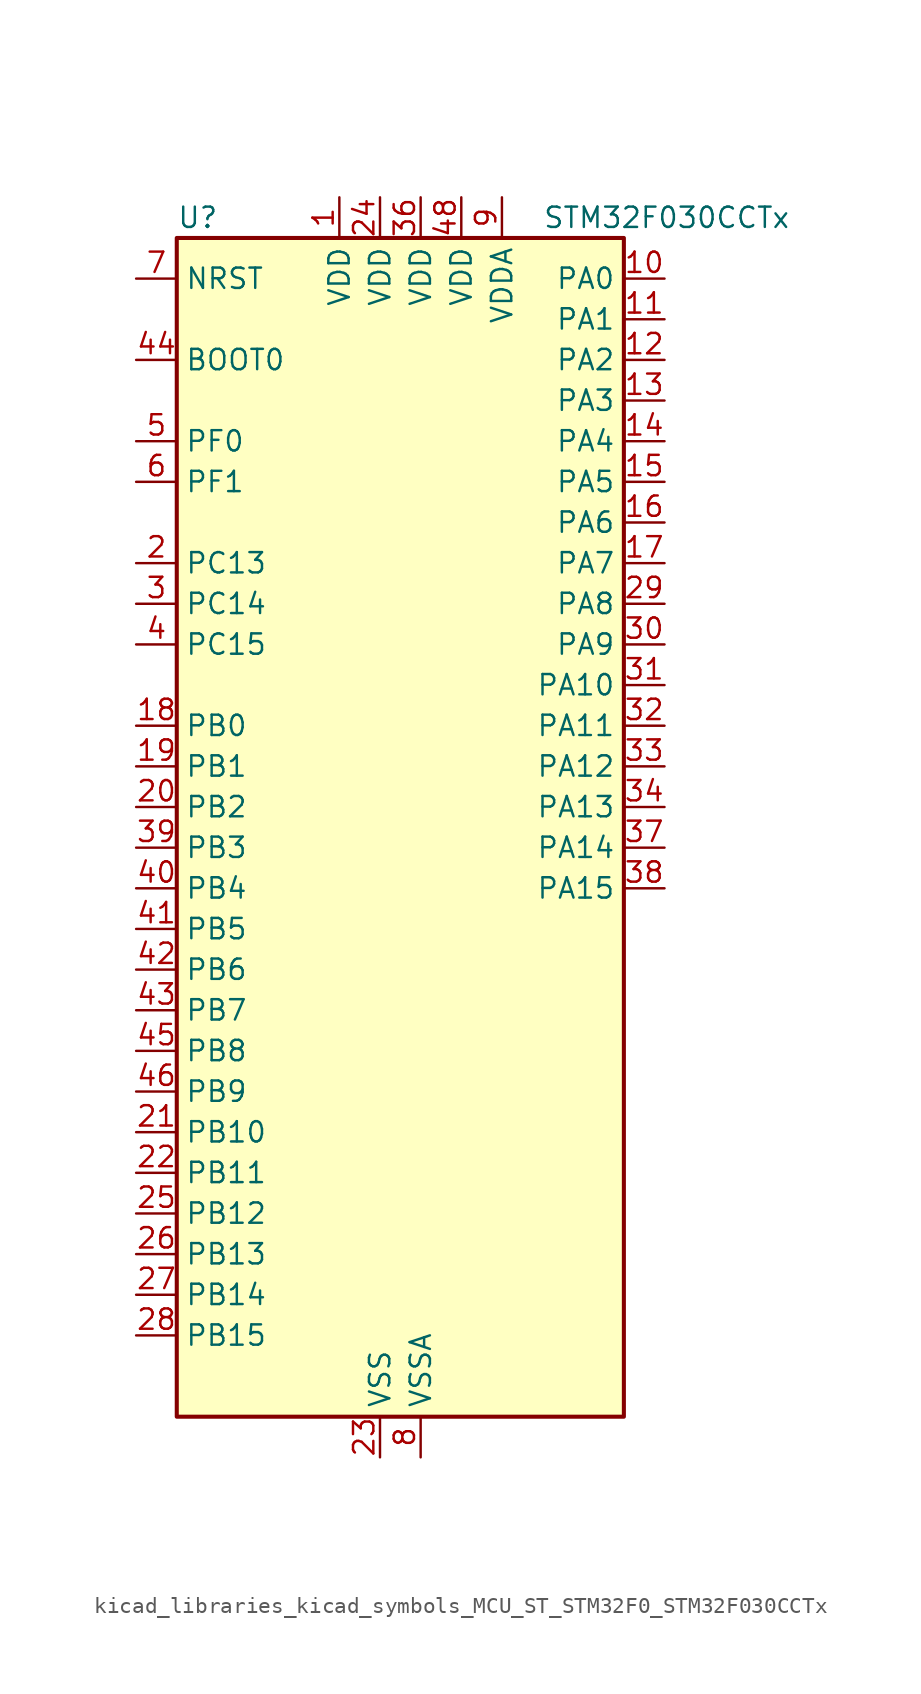
<source format=kicad_sym>
(kicad_symbol_lib
  (version 20220914)
  (generator kicad_symbol_editor)
  (symbol "kicad_libraries_kicad_symbols_MCU_ST_STM32F0_STM32F030CCTx"
    (property "Reference" "U"
      (at -12.7 39.37 0)
      (effects (font (size 1.27 1.27)) (justify left)))
    (property "Value" "STM32F030CCTx"
      (at 10.16 39.37 0)
      (effects (font (size 1.27 1.27)) (justify left)))
    (property "ki_locked" ""
      (at 0 0 0)
      (effects (font (size 1.27 1.27))))
    (symbol "kicad_libraries_kicad_symbols_MCU_ST_STM32F0_STM32F030CCTx_0_1"
      (rectangle (start -12.7 -35.56) (end 15.24 38.1) (stroke (width 0.254) (type default)) (fill (type background))))
    (symbol "kicad_libraries_kicad_symbols_MCU_ST_STM32F0_STM32F030CCTx_1_1"
      (pin power_in line (at -2.54 40.64 270) (length 2.54) (name "VDD" (effects (font (size 1.27 1.27)))) (number "1" (effects (font (size 1.27 1.27)))))
      (pin bidirectional line (at 17.78 35.56 180) (length 2.54) (name "PA0" (effects (font (size 1.27 1.27)))) (number "10" (effects (font (size 1.27 1.27)))) (alternate "ADC_IN0" bidirectional line) (alternate "RTC_TAMP2" bidirectional line) (alternate "SYS_WKUP1" bidirectional line) (alternate "USART2_CTS" bidirectional line) (alternate "USART4_TX" bidirectional line))
      (pin bidirectional line (at 17.78 33.02 180) (length 2.54) (name "PA1" (effects (font (size 1.27 1.27)))) (number "11" (effects (font (size 1.27 1.27)))) (alternate "ADC_IN1" bidirectional line) (alternate "TIM15_CH1N" bidirectional line) (alternate "USART2_DE" bidirectional line) (alternate "USART2_RTS" bidirectional line) (alternate "USART4_RX" bidirectional line))
      (pin bidirectional line (at 17.78 30.48 180) (length 2.54) (name "PA2" (effects (font (size 1.27 1.27)))) (number "12" (effects (font (size 1.27 1.27)))) (alternate "ADC_IN2" bidirectional line) (alternate "TIM15_CH1" bidirectional line) (alternate "USART2_TX" bidirectional line))
      (pin bidirectional line (at 17.78 27.94 180) (length 2.54) (name "PA3" (effects (font (size 1.27 1.27)))) (number "13" (effects (font (size 1.27 1.27)))) (alternate "ADC_IN3" bidirectional line) (alternate "TIM15_CH2" bidirectional line) (alternate "USART2_RX" bidirectional line))
      (pin bidirectional line (at 17.78 25.4 180) (length 2.54) (name "PA4" (effects (font (size 1.27 1.27)))) (number "14" (effects (font (size 1.27 1.27)))) (alternate "ADC_IN4" bidirectional line) (alternate "SPI1_NSS" bidirectional line) (alternate "TIM14_CH1" bidirectional line) (alternate "USART2_CK" bidirectional line) (alternate "USART6_TX" bidirectional line))
      (pin bidirectional line (at 17.78 22.86 180) (length 2.54) (name "PA5" (effects (font (size 1.27 1.27)))) (number "15" (effects (font (size 1.27 1.27)))) (alternate "ADC_IN5" bidirectional line) (alternate "SPI1_SCK" bidirectional line) (alternate "USART6_RX" bidirectional line))
      (pin bidirectional line (at 17.78 20.32 180) (length 2.54) (name "PA6" (effects (font (size 1.27 1.27)))) (number "16" (effects (font (size 1.27 1.27)))) (alternate "ADC_IN6" bidirectional line) (alternate "SPI1_MISO" bidirectional line) (alternate "TIM16_CH1" bidirectional line) (alternate "TIM1_BKIN" bidirectional line) (alternate "TIM3_CH1" bidirectional line) (alternate "USART3_CTS" bidirectional line))
      (pin bidirectional line (at 17.78 17.78 180) (length 2.54) (name "PA7" (effects (font (size 1.27 1.27)))) (number "17" (effects (font (size 1.27 1.27)))) (alternate "ADC_IN7" bidirectional line) (alternate "SPI1_MOSI" bidirectional line) (alternate "TIM14_CH1" bidirectional line) (alternate "TIM17_CH1" bidirectional line) (alternate "TIM1_CH1N" bidirectional line) (alternate "TIM3_CH2" bidirectional line))
      (pin bidirectional line (at -15.24 7.62 0) (length 2.54) (name "PB0" (effects (font (size 1.27 1.27)))) (number "18" (effects (font (size 1.27 1.27)))) (alternate "ADC_IN8" bidirectional line) (alternate "TIM1_CH2N" bidirectional line) (alternate "TIM3_CH3" bidirectional line) (alternate "USART3_CK" bidirectional line))
      (pin bidirectional line (at -15.24 5.08 0) (length 2.54) (name "PB1" (effects (font (size 1.27 1.27)))) (number "19" (effects (font (size 1.27 1.27)))) (alternate "ADC_IN9" bidirectional line) (alternate "TIM14_CH1" bidirectional line) (alternate "TIM1_CH3N" bidirectional line) (alternate "TIM3_CH4" bidirectional line) (alternate "USART3_DE" bidirectional line) (alternate "USART3_RTS" bidirectional line))
      (pin bidirectional line (at -15.24 17.78 0) (length 2.54) (name "PC13" (effects (font (size 1.27 1.27)))) (number "2" (effects (font (size 1.27 1.27)))) (alternate "RTC_OUT_ALARM" bidirectional line) (alternate "RTC_OUT_CALIB" bidirectional line) (alternate "RTC_TAMP1" bidirectional line) (alternate "RTC_TS" bidirectional line) (alternate "SYS_WKUP2" bidirectional line))
      (pin bidirectional line (at -15.24 2.54 0) (length 2.54) (name "PB2" (effects (font (size 1.27 1.27)))) (number "20" (effects (font (size 1.27 1.27)))))
      (pin bidirectional line (at -15.24 -17.78 0) (length 2.54) (name "PB10" (effects (font (size 1.27 1.27)))) (number "21" (effects (font (size 1.27 1.27)))) (alternate "I2C2_SCL" bidirectional line) (alternate "SPI2_SCK" bidirectional line) (alternate "USART3_TX" bidirectional line))
      (pin bidirectional line (at -15.24 -20.32 0) (length 2.54) (name "PB11" (effects (font (size 1.27 1.27)))) (number "22" (effects (font (size 1.27 1.27)))) (alternate "I2C2_SDA" bidirectional line) (alternate "USART3_RX" bidirectional line))
      (pin power_in line (at 0 -38.1 90) (length 2.54) (name "VSS" (effects (font (size 1.27 1.27)))) (number "23" (effects (font (size 1.27 1.27)))))
      (pin power_in line (at 0 40.64 270) (length 2.54) (name "VDD" (effects (font (size 1.27 1.27)))) (number "24" (effects (font (size 1.27 1.27)))))
      (pin bidirectional line (at -15.24 -22.86 0) (length 2.54) (name "PB12" (effects (font (size 1.27 1.27)))) (number "25" (effects (font (size 1.27 1.27)))) (alternate "SPI2_NSS" bidirectional line) (alternate "TIM15_BKIN" bidirectional line) (alternate "TIM1_BKIN" bidirectional line) (alternate "USART3_CK" bidirectional line))
      (pin bidirectional line (at -15.24 -25.4 0) (length 2.54) (name "PB13" (effects (font (size 1.27 1.27)))) (number "26" (effects (font (size 1.27 1.27)))) (alternate "I2C2_SCL" bidirectional line) (alternate "SPI2_SCK" bidirectional line) (alternate "TIM1_CH1N" bidirectional line) (alternate "USART3_CTS" bidirectional line))
      (pin bidirectional line (at -15.24 -27.94 0) (length 2.54) (name "PB14" (effects (font (size 1.27 1.27)))) (number "27" (effects (font (size 1.27 1.27)))) (alternate "I2C2_SDA" bidirectional line) (alternate "SPI2_MISO" bidirectional line) (alternate "TIM15_CH1" bidirectional line) (alternate "TIM1_CH2N" bidirectional line) (alternate "USART3_DE" bidirectional line) (alternate "USART3_RTS" bidirectional line))
      (pin bidirectional line (at -15.24 -30.48 0) (length 2.54) (name "PB15" (effects (font (size 1.27 1.27)))) (number "28" (effects (font (size 1.27 1.27)))) (alternate "RTC_REFIN" bidirectional line) (alternate "SPI2_MOSI" bidirectional line) (alternate "TIM15_CH1N" bidirectional line) (alternate "TIM15_CH2" bidirectional line) (alternate "TIM1_CH3N" bidirectional line))
      (pin bidirectional line (at 17.78 15.24 180) (length 2.54) (name "PA8" (effects (font (size 1.27 1.27)))) (number "29" (effects (font (size 1.27 1.27)))) (alternate "RCC_MCO" bidirectional line) (alternate "TIM1_CH1" bidirectional line) (alternate "USART1_CK" bidirectional line))
      (pin bidirectional line (at -15.24 15.24 0) (length 2.54) (name "PC14" (effects (font (size 1.27 1.27)))) (number "3" (effects (font (size 1.27 1.27)))) (alternate "RCC_OSC32_IN" bidirectional line))
      (pin bidirectional line (at 17.78 12.7 180) (length 2.54) (name "PA9" (effects (font (size 1.27 1.27)))) (number "30" (effects (font (size 1.27 1.27)))) (alternate "I2C1_SCL" bidirectional line) (alternate "RCC_MCO" bidirectional line) (alternate "TIM15_BKIN" bidirectional line) (alternate "TIM1_CH2" bidirectional line) (alternate "USART1_TX" bidirectional line))
      (pin bidirectional line (at 17.78 10.16 180) (length 2.54) (name "PA10" (effects (font (size 1.27 1.27)))) (number "31" (effects (font (size 1.27 1.27)))) (alternate "I2C1_SDA" bidirectional line) (alternate "TIM17_BKIN" bidirectional line) (alternate "TIM1_CH3" bidirectional line) (alternate "USART1_RX" bidirectional line))
      (pin bidirectional line (at 17.78 7.62 180) (length 2.54) (name "PA11" (effects (font (size 1.27 1.27)))) (number "32" (effects (font (size 1.27 1.27)))) (alternate "I2C2_SCL" bidirectional line) (alternate "TIM1_CH4" bidirectional line) (alternate "USART1_CTS" bidirectional line))
      (pin bidirectional line (at 17.78 5.08 180) (length 2.54) (name "PA12" (effects (font (size 1.27 1.27)))) (number "33" (effects (font (size 1.27 1.27)))) (alternate "I2C2_SDA" bidirectional line) (alternate "TIM1_ETR" bidirectional line) (alternate "USART1_DE" bidirectional line) (alternate "USART1_RTS" bidirectional line))
      (pin bidirectional line (at 17.78 2.54 180) (length 2.54) (name "PA13" (effects (font (size 1.27 1.27)))) (number "34" (effects (font (size 1.27 1.27)))) (alternate "IR_OUT" bidirectional line) (alternate "SYS_SWDIO" bidirectional line))
      (pin passive line (at 0 -38.1 90) (length 2.54) hide (name "VSS" (effects (font (size 1.27 1.27)))) (number "35" (effects (font (size 1.27 1.27)))))
      (pin power_in line (at 2.54 40.64 270) (length 2.54) (name "VDD" (effects (font (size 1.27 1.27)))) (number "36" (effects (font (size 1.27 1.27)))))
      (pin bidirectional line (at 17.78 0 180) (length 2.54) (name "PA14" (effects (font (size 1.27 1.27)))) (number "37" (effects (font (size 1.27 1.27)))) (alternate "SYS_SWCLK" bidirectional line) (alternate "USART2_TX" bidirectional line))
      (pin bidirectional line (at 17.78 -2.54 180) (length 2.54) (name "PA15" (effects (font (size 1.27 1.27)))) (number "38" (effects (font (size 1.27 1.27)))) (alternate "SPI1_NSS" bidirectional line) (alternate "USART2_RX" bidirectional line) (alternate "USART4_DE" bidirectional line) (alternate "USART4_RTS" bidirectional line))
      (pin bidirectional line (at -15.24 0 0) (length 2.54) (name "PB3" (effects (font (size 1.27 1.27)))) (number "39" (effects (font (size 1.27 1.27)))) (alternate "SPI1_SCK" bidirectional line) (alternate "USART5_TX" bidirectional line))
      (pin bidirectional line (at -15.24 12.7 0) (length 2.54) (name "PC15" (effects (font (size 1.27 1.27)))) (number "4" (effects (font (size 1.27 1.27)))) (alternate "RCC_OSC32_OUT" bidirectional line))
      (pin bidirectional line (at -15.24 -2.54 0) (length 2.54) (name "PB4" (effects (font (size 1.27 1.27)))) (number "40" (effects (font (size 1.27 1.27)))) (alternate "SPI1_MISO" bidirectional line) (alternate "TIM17_BKIN" bidirectional line) (alternate "TIM3_CH1" bidirectional line) (alternate "USART5_RX" bidirectional line))
      (pin bidirectional line (at -15.24 -5.08 0) (length 2.54) (name "PB5" (effects (font (size 1.27 1.27)))) (number "41" (effects (font (size 1.27 1.27)))) (alternate "I2C1_SMBA" bidirectional line) (alternate "SPI1_MOSI" bidirectional line) (alternate "TIM16_BKIN" bidirectional line) (alternate "TIM3_CH2" bidirectional line) (alternate "USART5_CK" bidirectional line) (alternate "USART5_DE" bidirectional line) (alternate "USART5_RTS" bidirectional line))
      (pin bidirectional line (at -15.24 -7.62 0) (length 2.54) (name "PB6" (effects (font (size 1.27 1.27)))) (number "42" (effects (font (size 1.27 1.27)))) (alternate "I2C1_SCL" bidirectional line) (alternate "TIM16_CH1N" bidirectional line) (alternate "USART1_TX" bidirectional line))
      (pin bidirectional line (at -15.24 -10.16 0) (length 2.54) (name "PB7" (effects (font (size 1.27 1.27)))) (number "43" (effects (font (size 1.27 1.27)))) (alternate "I2C1_SDA" bidirectional line) (alternate "TIM17_CH1N" bidirectional line) (alternate "USART1_RX" bidirectional line) (alternate "USART4_CTS" bidirectional line))
      (pin input line (at -15.24 30.48 0) (length 2.54) (name "BOOT0" (effects (font (size 1.27 1.27)))) (number "44" (effects (font (size 1.27 1.27)))))
      (pin bidirectional line (at -15.24 -12.7 0) (length 2.54) (name "PB8" (effects (font (size 1.27 1.27)))) (number "45" (effects (font (size 1.27 1.27)))) (alternate "I2C1_SCL" bidirectional line) (alternate "TIM16_CH1" bidirectional line))
      (pin bidirectional line (at -15.24 -15.24 0) (length 2.54) (name "PB9" (effects (font (size 1.27 1.27)))) (number "46" (effects (font (size 1.27 1.27)))) (alternate "I2C1_SDA" bidirectional line) (alternate "IR_OUT" bidirectional line) (alternate "SPI2_NSS" bidirectional line) (alternate "TIM17_CH1" bidirectional line))
      (pin passive line (at 0 -38.1 90) (length 2.54) hide (name "VSS" (effects (font (size 1.27 1.27)))) (number "47" (effects (font (size 1.27 1.27)))))
      (pin power_in line (at 5.08 40.64 270) (length 2.54) (name "VDD" (effects (font (size 1.27 1.27)))) (number "48" (effects (font (size 1.27 1.27)))))
      (pin bidirectional line (at -15.24 25.4 0) (length 2.54) (name "PF0" (effects (font (size 1.27 1.27)))) (number "5" (effects (font (size 1.27 1.27)))) (alternate "I2C1_SDA" bidirectional line) (alternate "RCC_OSC_IN" bidirectional line))
      (pin bidirectional line (at -15.24 22.86 0) (length 2.54) (name "PF1" (effects (font (size 1.27 1.27)))) (number "6" (effects (font (size 1.27 1.27)))) (alternate "I2C1_SCL" bidirectional line) (alternate "RCC_OSC_OUT" bidirectional line))
      (pin input line (at -15.24 35.56 0) (length 2.54) (name "NRST" (effects (font (size 1.27 1.27)))) (number "7" (effects (font (size 1.27 1.27)))))
      (pin power_in line (at 2.54 -38.1 90) (length 2.54) (name "VSSA" (effects (font (size 1.27 1.27)))) (number "8" (effects (font (size 1.27 1.27)))))
      (pin power_in line (at 7.62 40.64 270) (length 2.54) (name "VDDA" (effects (font (size 1.27 1.27)))) (number "9" (effects (font (size 1.27 1.27))))))))
</source>
